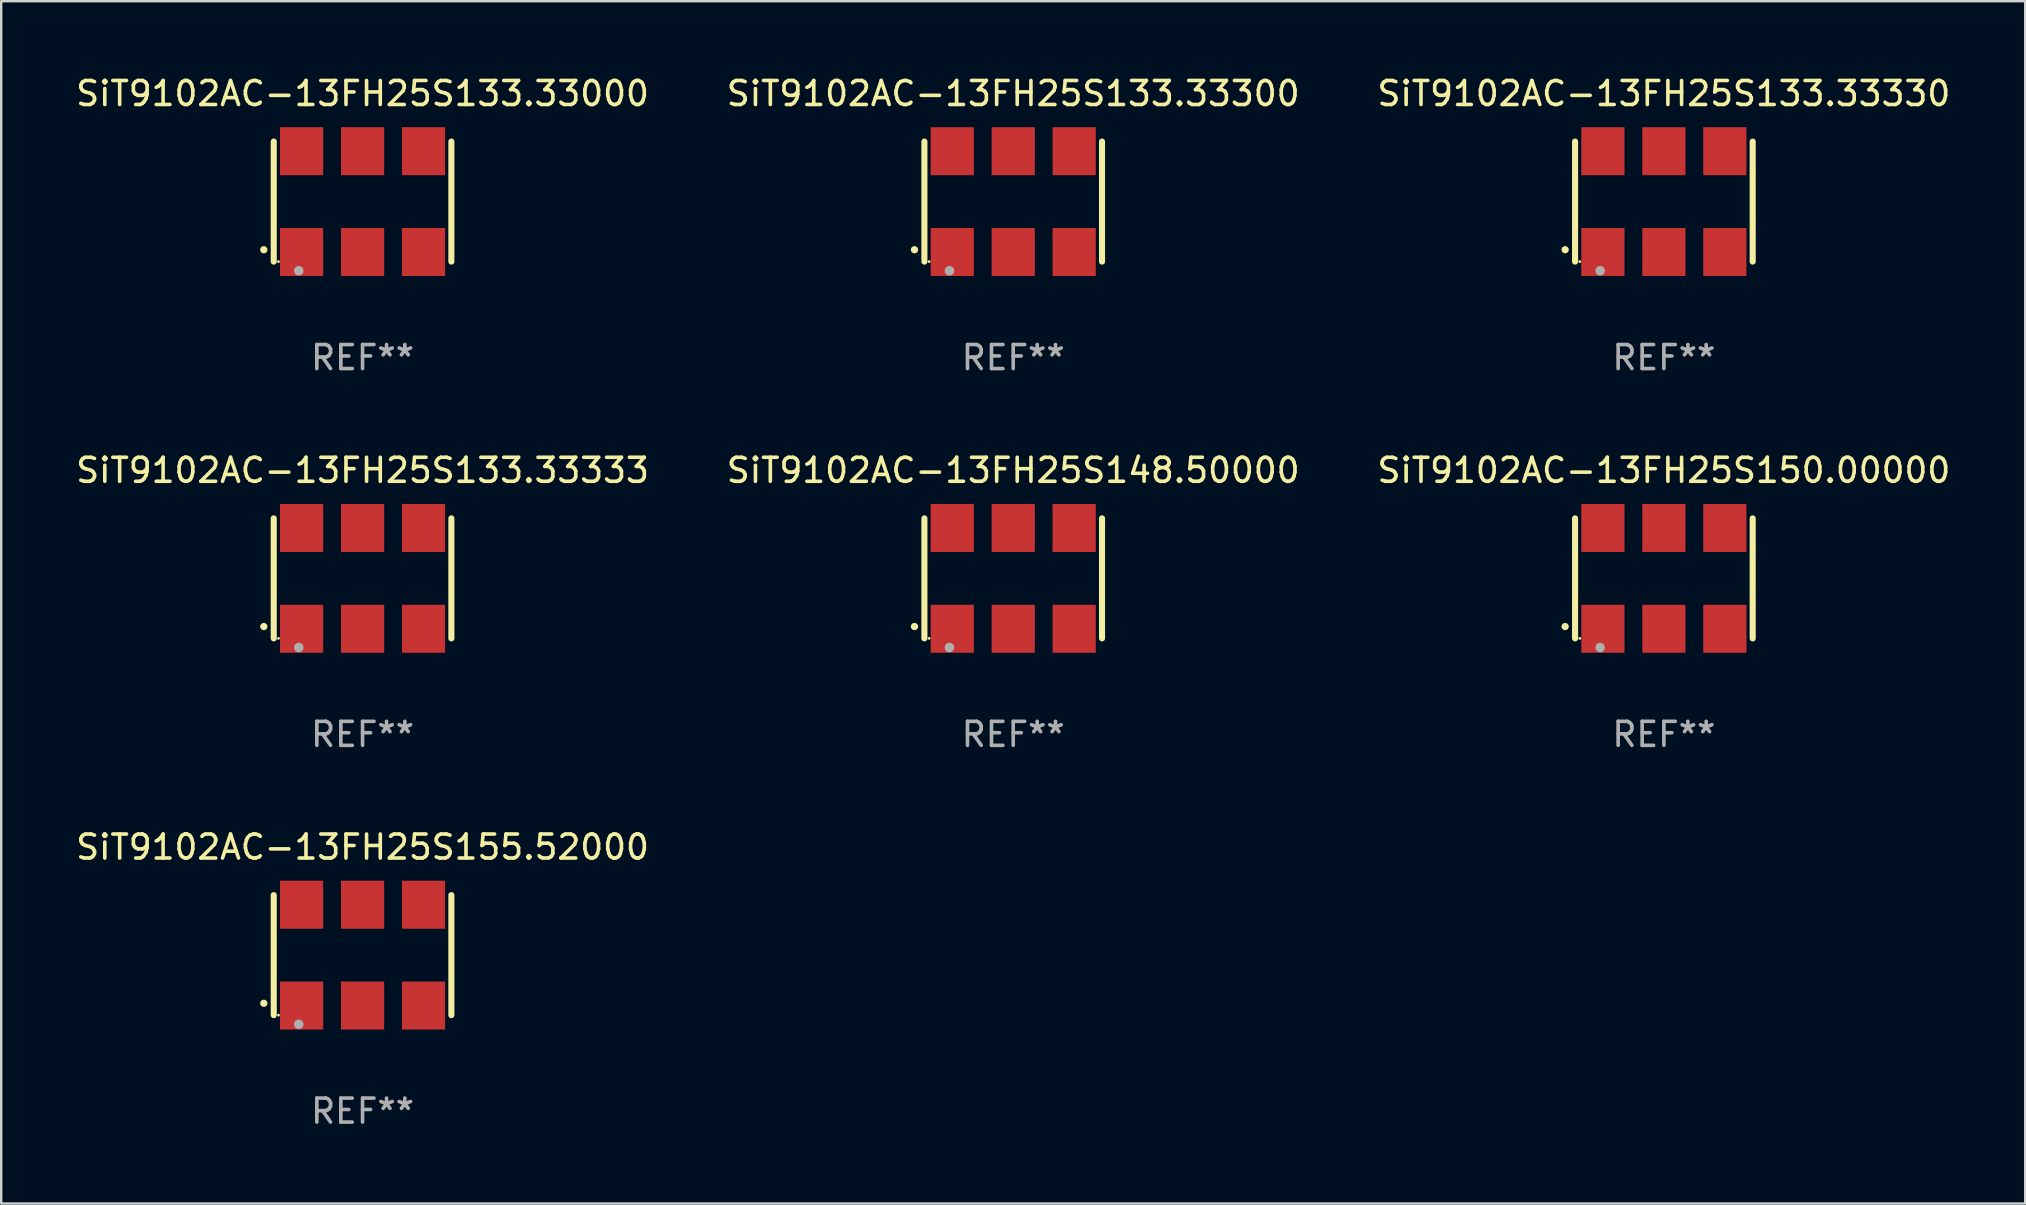
<source format=kicad_pcb>
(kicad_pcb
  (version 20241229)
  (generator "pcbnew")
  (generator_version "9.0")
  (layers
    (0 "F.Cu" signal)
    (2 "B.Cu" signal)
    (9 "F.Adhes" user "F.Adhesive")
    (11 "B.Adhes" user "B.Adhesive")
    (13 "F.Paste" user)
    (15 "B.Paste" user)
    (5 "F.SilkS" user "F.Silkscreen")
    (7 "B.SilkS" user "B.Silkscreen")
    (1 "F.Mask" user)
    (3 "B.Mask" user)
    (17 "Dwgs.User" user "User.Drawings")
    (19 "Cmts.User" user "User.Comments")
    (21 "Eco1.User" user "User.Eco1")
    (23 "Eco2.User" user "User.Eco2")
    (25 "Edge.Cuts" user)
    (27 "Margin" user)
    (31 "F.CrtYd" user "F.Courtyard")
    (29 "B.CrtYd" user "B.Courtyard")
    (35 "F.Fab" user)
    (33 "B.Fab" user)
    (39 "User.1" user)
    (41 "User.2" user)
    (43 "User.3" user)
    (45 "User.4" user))
  (footprint "SiT9102AC-13FH25S155.52000"
    (layer "F.Cu")
    (at 12.054 36.741)
    (property "Reference" "SiT9102AC-13FH25S155.52000" (at 0 -4.5 0) (layer "F.SilkS") (effects (font (size 1 1) (thickness 0.15))))
    (attr through_hole)
    (fp_line (start -3.7 -2.5) (end -3.7 2.5) (stroke (width 0.254) (type solid)) (layer "F.SilkS"))
    (fp_line (start 3.7 -2.5) (end 3.7 2.5) (stroke (width 0.254) (type solid)) (layer "F.SilkS"))
    (fp_arc (start -4.114415 2.006604) (mid -4.113145 2.006599) (end -4.111875 2.006604) (stroke (width 0.3) (type solid)) (layer "F.SilkS"))
    (fp_circle (center -3.502 2.5) (end -3.472 2.5) (stroke (width 0.06) (type solid)) (fill no) (layer "F.SilkS"))
    (fp_circle (center -2.657 2.882) (end -2.557 2.882) (stroke (width 0.2) (type solid)) (fill no) (layer "F.Fab"))
    (fp_text user "REF**" (at 0 6.5 0) (layer "F.Fab") (effects (font (size 1 1) (thickness 0.15))))
    (pad "1" smd rect (at -2.54 2.1) (size 1.8 2) (layers "F.Cu" "F.Mask" "F.Paste"))
    (pad "2" smd rect (at 0.000394 2.1) (size 1.8 2) (layers "F.Cu" "F.Mask" "F.Paste"))
    (pad "3" smd rect (at 2.54 2.1) (size 1.8 2) (layers "F.Cu" "F.Mask" "F.Paste"))
    (pad "4" smd rect (at 2.54 -2.1) (size 1.8 2) (layers "F.Cu" "F.Mask" "F.Paste"))
    (pad "5" smd rect (at 0.000394 -2.1) (size 1.8 2) (layers "F.Cu" "F.Mask" "F.Paste"))
    (pad "6" smd rect (at -2.54 -2.1) (size 1.8 2) (layers "F.Cu" "F.Mask" "F.Paste")))
  (footprint "SiT9102AC-13FH25S148.50000"
    (layer "F.Cu")
    (at 39.161 21.045)
    (property "Reference" "SiT9102AC-13FH25S148.50000" (at 0 -4.5 0) (layer "F.SilkS") (effects (font (size 1 1) (thickness 0.15))))
    (attr through_hole)
    (fp_line (start -3.7 -2.5) (end -3.7 2.5) (stroke (width 0.254) (type solid)) (layer "F.SilkS"))
    (fp_line (start 3.7 -2.5) (end 3.7 2.5) (stroke (width 0.254) (type solid)) (layer "F.SilkS"))
    (fp_arc (start -4.114415 2.006604) (mid -4.113145 2.006599) (end -4.111875 2.006604) (stroke (width 0.3) (type solid)) (layer "F.SilkS"))
    (fp_circle (center -3.502 2.5) (end -3.472 2.5) (stroke (width 0.06) (type solid)) (fill no) (layer "F.SilkS"))
    (fp_circle (center -2.657 2.882) (end -2.557 2.882) (stroke (width 0.2) (type solid)) (fill no) (layer "F.Fab"))
    (fp_text user "REF**" (at 0 6.5 0) (layer "F.Fab") (effects (font (size 1 1) (thickness 0.15))))
    (pad "1" smd rect (at -2.54 2.1) (size 1.8 2) (layers "F.Cu" "F.Mask" "F.Paste"))
    (pad "2" smd rect (at 0.000394 2.1) (size 1.8 2) (layers "F.Cu" "F.Mask" "F.Paste"))
    (pad "3" smd rect (at 2.54 2.1) (size 1.8 2) (layers "F.Cu" "F.Mask" "F.Paste"))
    (pad "4" smd rect (at 2.54 -2.1) (size 1.8 2) (layers "F.Cu" "F.Mask" "F.Paste"))
    (pad "5" smd rect (at 0.000394 -2.1) (size 1.8 2) (layers "F.Cu" "F.Mask" "F.Paste"))
    (pad "6" smd rect (at -2.54 -2.1) (size 1.8 2) (layers "F.Cu" "F.Mask" "F.Paste")))
  (footprint "SiT9102AC-13FH25S133.33000"
    (layer "F.Cu")
    (at 12.054 5.348)
    (property "Reference" "SiT9102AC-13FH25S133.33000" (at 0 -4.5 0) (layer "F.SilkS") (effects (font (size 1 1) (thickness 0.15))))
    (attr through_hole)
    (fp_line (start -3.7 -2.5) (end -3.7 2.5) (stroke (width 0.254) (type solid)) (layer "F.SilkS"))
    (fp_line (start 3.7 -2.5) (end 3.7 2.5) (stroke (width 0.254) (type solid)) (layer "F.SilkS"))
    (fp_arc (start -4.114415 2.006604) (mid -4.113145 2.006599) (end -4.111875 2.006604) (stroke (width 0.3) (type solid)) (layer "F.SilkS"))
    (fp_circle (center -3.502 2.5) (end -3.472 2.5) (stroke (width 0.06) (type solid)) (fill no) (layer "F.SilkS"))
    (fp_circle (center -2.657 2.882) (end -2.557 2.882) (stroke (width 0.2) (type solid)) (fill no) (layer "F.Fab"))
    (fp_text user "REF**" (at 0 6.5 0) (layer "F.Fab") (effects (font (size 1 1) (thickness 0.15))))
    (pad "1" smd rect (at -2.54 2.1) (size 1.8 2) (layers "F.Cu" "F.Mask" "F.Paste"))
    (pad "2" smd rect (at 0.000394 2.1) (size 1.8 2) (layers "F.Cu" "F.Mask" "F.Paste"))
    (pad "3" smd rect (at 2.54 2.1) (size 1.8 2) (layers "F.Cu" "F.Mask" "F.Paste"))
    (pad "4" smd rect (at 2.54 -2.1) (size 1.8 2) (layers "F.Cu" "F.Mask" "F.Paste"))
    (pad "5" smd rect (at 0.000394 -2.1) (size 1.8 2) (layers "F.Cu" "F.Mask" "F.Paste"))
    (pad "6" smd rect (at -2.54 -2.1) (size 1.8 2) (layers "F.Cu" "F.Mask" "F.Paste")))
  (footprint "SiT9102AC-13FH25S133.33330"
    (layer "F.Cu")
    (at 66.268 5.348)
    (property "Reference" "SiT9102AC-13FH25S133.33330" (at 0 -4.5 0) (layer "F.SilkS") (effects (font (size 1 1) (thickness 0.15))))
    (attr through_hole)
    (fp_line (start -3.7 -2.5) (end -3.7 2.5) (stroke (width 0.254) (type solid)) (layer "F.SilkS"))
    (fp_line (start 3.7 -2.5) (end 3.7 2.5) (stroke (width 0.254) (type solid)) (layer "F.SilkS"))
    (fp_arc (start -4.114415 2.006604) (mid -4.113145 2.006599) (end -4.111875 2.006604) (stroke (width 0.3) (type solid)) (layer "F.SilkS"))
    (fp_circle (center -3.502 2.5) (end -3.472 2.5) (stroke (width 0.06) (type solid)) (fill no) (layer "F.SilkS"))
    (fp_circle (center -2.657 2.882) (end -2.557 2.882) (stroke (width 0.2) (type solid)) (fill no) (layer "F.Fab"))
    (fp_text user "REF**" (at 0 6.5 0) (layer "F.Fab") (effects (font (size 1 1) (thickness 0.15))))
    (pad "1" smd rect (at -2.54 2.1) (size 1.8 2) (layers "F.Cu" "F.Mask" "F.Paste"))
    (pad "2" smd rect (at 0.000394 2.1) (size 1.8 2) (layers "F.Cu" "F.Mask" "F.Paste"))
    (pad "3" smd rect (at 2.54 2.1) (size 1.8 2) (layers "F.Cu" "F.Mask" "F.Paste"))
    (pad "4" smd rect (at 2.54 -2.1) (size 1.8 2) (layers "F.Cu" "F.Mask" "F.Paste"))
    (pad "5" smd rect (at 0.000394 -2.1) (size 1.8 2) (layers "F.Cu" "F.Mask" "F.Paste"))
    (pad "6" smd rect (at -2.54 -2.1) (size 1.8 2) (layers "F.Cu" "F.Mask" "F.Paste")))
  (footprint "SiT9102AC-13FH25S150.00000"
    (layer "F.Cu")
    (at 66.268 21.045)
    (property "Reference" "SiT9102AC-13FH25S150.00000" (at 0 -4.5 0) (layer "F.SilkS") (effects (font (size 1 1) (thickness 0.15))))
    (attr through_hole)
    (fp_line (start -3.7 -2.5) (end -3.7 2.5) (stroke (width 0.254) (type solid)) (layer "F.SilkS"))
    (fp_line (start 3.7 -2.5) (end 3.7 2.5) (stroke (width 0.254) (type solid)) (layer "F.SilkS"))
    (fp_arc (start -4.114415 2.006604) (mid -4.113145 2.006599) (end -4.111875 2.006604) (stroke (width 0.3) (type solid)) (layer "F.SilkS"))
    (fp_circle (center -3.502 2.5) (end -3.472 2.5) (stroke (width 0.06) (type solid)) (fill no) (layer "F.SilkS"))
    (fp_circle (center -2.657 2.882) (end -2.557 2.882) (stroke (width 0.2) (type solid)) (fill no) (layer "F.Fab"))
    (fp_text user "REF**" (at 0 6.5 0) (layer "F.Fab") (effects (font (size 1 1) (thickness 0.15))))
    (pad "1" smd rect (at -2.54 2.1) (size 1.8 2) (layers "F.Cu" "F.Mask" "F.Paste"))
    (pad "2" smd rect (at 0.000394 2.1) (size 1.8 2) (layers "F.Cu" "F.Mask" "F.Paste"))
    (pad "3" smd rect (at 2.54 2.1) (size 1.8 2) (layers "F.Cu" "F.Mask" "F.Paste"))
    (pad "4" smd rect (at 2.54 -2.1) (size 1.8 2) (layers "F.Cu" "F.Mask" "F.Paste"))
    (pad "5" smd rect (at 0.000394 -2.1) (size 1.8 2) (layers "F.Cu" "F.Mask" "F.Paste"))
    (pad "6" smd rect (at -2.54 -2.1) (size 1.8 2) (layers "F.Cu" "F.Mask" "F.Paste")))
  (footprint "SiT9102AC-13FH25S133.33333"
    (layer "F.Cu")
    (at 12.054 21.045)
    (property "Reference" "SiT9102AC-13FH25S133.33333" (at 0 -4.5 0) (layer "F.SilkS") (effects (font (size 1 1) (thickness 0.15))))
    (attr through_hole)
    (fp_line (start -3.7 -2.5) (end -3.7 2.5) (stroke (width 0.254) (type solid)) (layer "F.SilkS"))
    (fp_line (start 3.7 -2.5) (end 3.7 2.5) (stroke (width 0.254) (type solid)) (layer "F.SilkS"))
    (fp_arc (start -4.114415 2.006604) (mid -4.113145 2.006599) (end -4.111875 2.006604) (stroke (width 0.3) (type solid)) (layer "F.SilkS"))
    (fp_circle (center -3.502 2.5) (end -3.472 2.5) (stroke (width 0.06) (type solid)) (fill no) (layer "F.SilkS"))
    (fp_circle (center -2.657 2.882) (end -2.557 2.882) (stroke (width 0.2) (type solid)) (fill no) (layer "F.Fab"))
    (fp_text user "REF**" (at 0 6.5 0) (layer "F.Fab") (effects (font (size 1 1) (thickness 0.15))))
    (pad "1" smd rect (at -2.54 2.1) (size 1.8 2) (layers "F.Cu" "F.Mask" "F.Paste"))
    (pad "2" smd rect (at 0.000394 2.1) (size 1.8 2) (layers "F.Cu" "F.Mask" "F.Paste"))
    (pad "3" smd rect (at 2.54 2.1) (size 1.8 2) (layers "F.Cu" "F.Mask" "F.Paste"))
    (pad "4" smd rect (at 2.54 -2.1) (size 1.8 2) (layers "F.Cu" "F.Mask" "F.Paste"))
    (pad "5" smd rect (at 0.000394 -2.1) (size 1.8 2) (layers "F.Cu" "F.Mask" "F.Paste"))
    (pad "6" smd rect (at -2.54 -2.1) (size 1.8 2) (layers "F.Cu" "F.Mask" "F.Paste")))
  (footprint "SiT9102AC-13FH25S133.33300"
    (layer "F.Cu")
    (at 39.161 5.348)
    (property "Reference" "SiT9102AC-13FH25S133.33300" (at 0 -4.5 0) (layer "F.SilkS") (effects (font (size 1 1) (thickness 0.15))))
    (attr through_hole)
    (fp_line (start -3.7 -2.5) (end -3.7 2.5) (stroke (width 0.254) (type solid)) (layer "F.SilkS"))
    (fp_line (start 3.7 -2.5) (end 3.7 2.5) (stroke (width 0.254) (type solid)) (layer "F.SilkS"))
    (fp_arc (start -4.114415 2.006604) (mid -4.113145 2.006599) (end -4.111875 2.006604) (stroke (width 0.3) (type solid)) (layer "F.SilkS"))
    (fp_circle (center -3.502 2.5) (end -3.472 2.5) (stroke (width 0.06) (type solid)) (fill no) (layer "F.SilkS"))
    (fp_circle (center -2.657 2.882) (end -2.557 2.882) (stroke (width 0.2) (type solid)) (fill no) (layer "F.Fab"))
    (fp_text user "REF**" (at 0 6.5 0) (layer "F.Fab") (effects (font (size 1 1) (thickness 0.15))))
    (pad "1" smd rect (at -2.54 2.1) (size 1.8 2) (layers "F.Cu" "F.Mask" "F.Paste"))
    (pad "2" smd rect (at 0.000394 2.1) (size 1.8 2) (layers "F.Cu" "F.Mask" "F.Paste"))
    (pad "3" smd rect (at 2.54 2.1) (size 1.8 2) (layers "F.Cu" "F.Mask" "F.Paste"))
    (pad "4" smd rect (at 2.54 -2.1) (size 1.8 2) (layers "F.Cu" "F.Mask" "F.Paste"))
    (pad "5" smd rect (at 0.000394 -2.1) (size 1.8 2) (layers "F.Cu" "F.Mask" "F.Paste"))
    (pad "6" smd rect (at -2.54 -2.1) (size 1.8 2) (layers "F.Cu" "F.Mask" "F.Paste")))
  (gr_rect
    (start -3 -3)
    (end 81.321 47.09)
    (stroke (width 0.1) (type default))
    (fill no)
    (layer "Edge.Cuts")))
</source>
